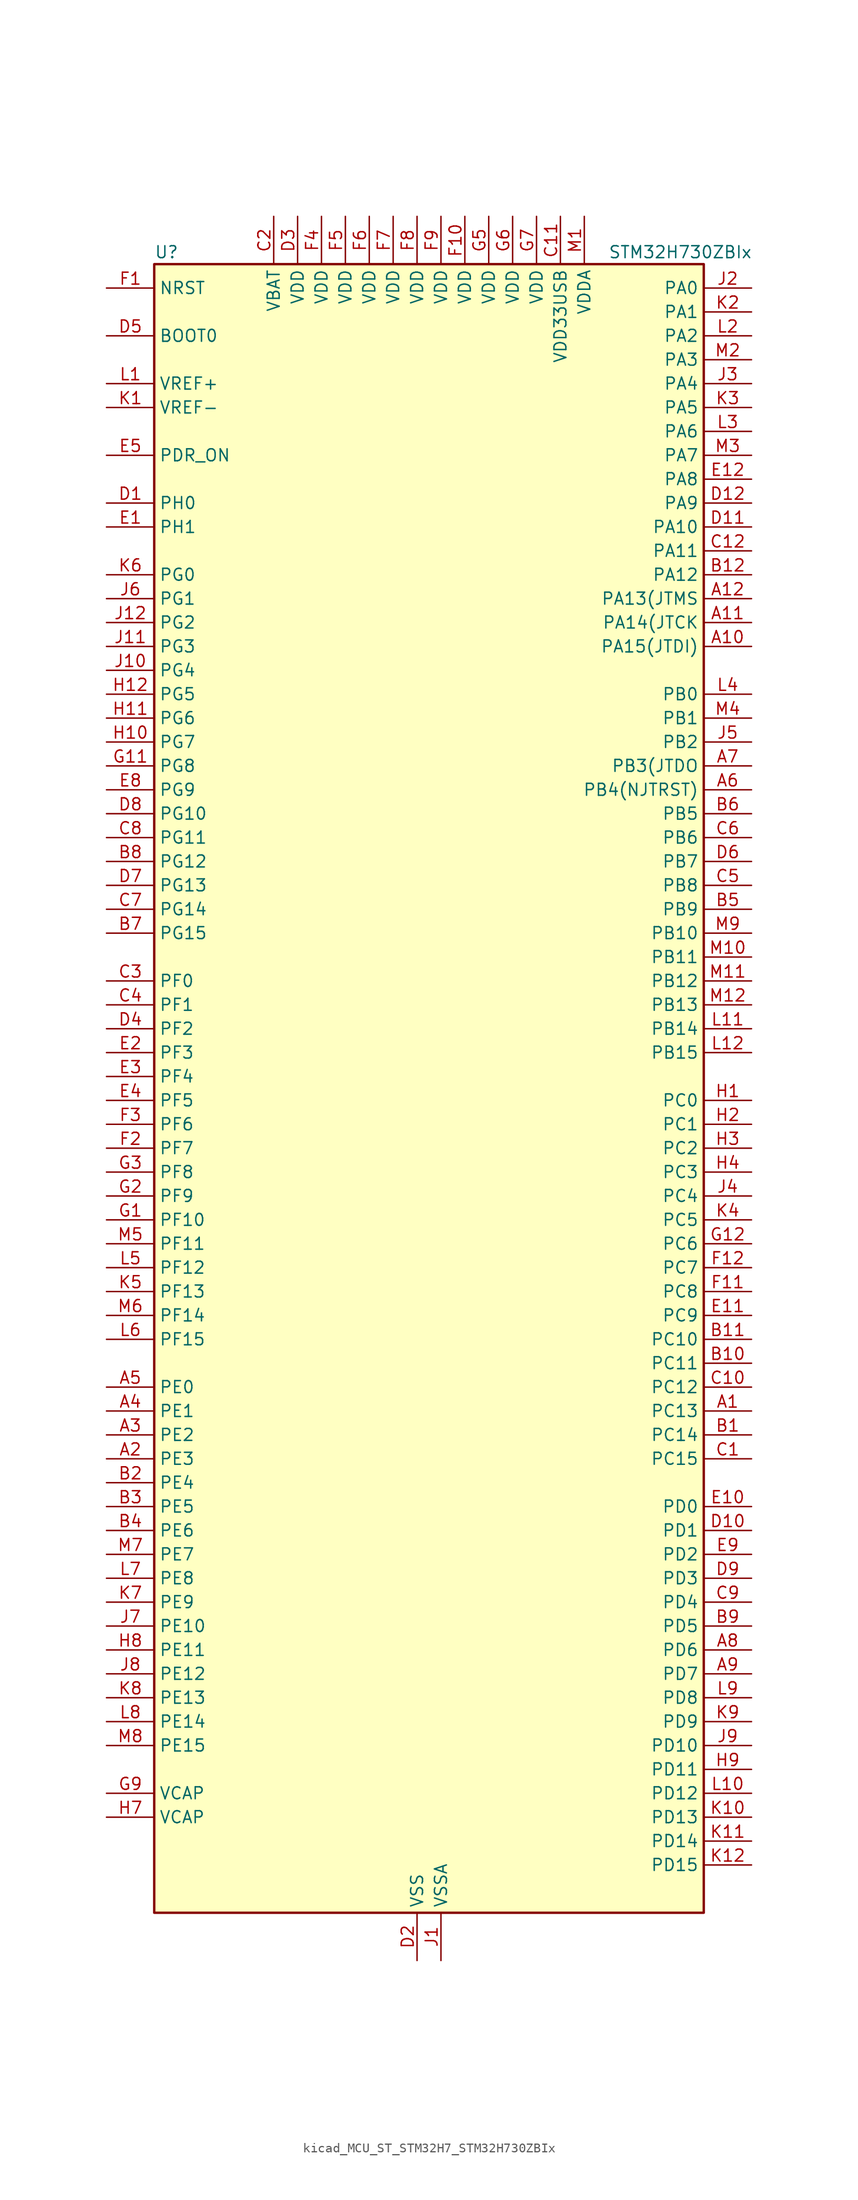
<source format=kicad_sym>
(kicad_symbol_lib
  (version 20220914)
  (generator kicad_symbol_editor)
  (symbol "kicad_MCU_ST_STM32H7_STM32H730ZBIx"
    (property "Reference" "U"
      (at -27.94 90.17 0)
      (effects (font (size 1.27 1.27)) (justify left)))
    (property "Value" "STM32H730ZBIx"
      (at 20.32 90.17 0)
      (effects (font (size 1.27 1.27)) (justify left)))
    (property "ki_locked" ""
      (at 0 0 0)
      (effects (font (size 1.27 1.27))))
    (symbol "kicad_MCU_ST_STM32H7_STM32H730ZBIx_0_1"
      (rectangle (start -27.94 -86.36) (end 30.48 88.9) (stroke (width 0.254) (type default)) (fill (type background))))
    (symbol "kicad_MCU_ST_STM32H7_STM32H730ZBIx_1_1"
      (pin bidirectional line (at 35.56 -33.02 180) (length 5.08) (name "PC13" (effects (font (size 1.27 1.27)))) (number "A1" (effects (font (size 1.27 1.27)))) (alternate "PWR_WKUP4" bidirectional line) (alternate "RTC_OUT_ALARM" bidirectional line) (alternate "RTC_OUT_CALIB" bidirectional line) (alternate "RTC_TAMP1" bidirectional line) (alternate "RTC_TS" bidirectional line))
      (pin bidirectional line (at 35.56 48.26 180) (length 5.08) (name "PA15(JTDI)" (effects (font (size 1.27 1.27)))) (number "A10" (effects (font (size 1.27 1.27)))) (alternate "ADC1_EXTI15" bidirectional line) (alternate "ADC2_EXTI15" bidirectional line) (alternate "ADC3_EXTI15" bidirectional line) (alternate "CEC" bidirectional line) (alternate "DEBUG_JTDI" bidirectional line) (alternate "I2S1_WS" bidirectional line) (alternate "I2S3_WS" bidirectional line) (alternate "I2S6_WS" bidirectional line) (alternate "LTDC_B6" bidirectional line) (alternate "LTDC_R3" bidirectional line) (alternate "SPI1_NSS" bidirectional line) (alternate "SPI3_NSS" bidirectional line) (alternate "SPI6_NSS" bidirectional line) (alternate "TIM2_CH1" bidirectional line) (alternate "TIM2_ETR" bidirectional line) (alternate "UART4_DE" bidirectional line) (alternate "UART4_RTS" bidirectional line) (alternate "UART7_TX" bidirectional line))
      (pin bidirectional line (at 35.56 50.8 180) (length 5.08) (name "PA14(JTCK" (effects (font (size 1.27 1.27)))) (number "A11" (effects (font (size 1.27 1.27)))) (alternate "DEBUG_JTCK-SWCLK" bidirectional line))
      (pin bidirectional line (at 35.56 53.34 180) (length 5.08) (name "PA13(JTMS" (effects (font (size 1.27 1.27)))) (number "A12" (effects (font (size 1.27 1.27)))) (alternate "DEBUG_JTMS-SWDIO" bidirectional line))
      (pin bidirectional line (at -33.02 -38.1 0) (length 5.08) (name "PE3" (effects (font (size 1.27 1.27)))) (number "A2" (effects (font (size 1.27 1.27)))) (alternate "DEBUG_TRACED0" bidirectional line) (alternate "FMC_A19" bidirectional line) (alternate "SAI1_SD_B" bidirectional line) (alternate "SAI4_SD_B" bidirectional line) (alternate "TIM15_BKIN" bidirectional line) (alternate "USART10_TX" bidirectional line))
      (pin bidirectional line (at -33.02 -35.56 0) (length 5.08) (name "PE2" (effects (font (size 1.27 1.27)))) (number "A3" (effects (font (size 1.27 1.27)))) (alternate "DEBUG_TRACECLK" bidirectional line) (alternate "ETH_TXD3" bidirectional line) (alternate "FMC_A23" bidirectional line) (alternate "OCTOSPIM_P1_IO2" bidirectional line) (alternate "SAI1_CK1" bidirectional line) (alternate "SAI1_MCLK_A" bidirectional line) (alternate "SAI4_CK1" bidirectional line) (alternate "SAI4_MCLK_A" bidirectional line) (alternate "SPI4_SCK" bidirectional line) (alternate "USART10_RX" bidirectional line))
      (pin bidirectional line (at -33.02 -33.02 0) (length 5.08) (name "PE1" (effects (font (size 1.27 1.27)))) (number "A4" (effects (font (size 1.27 1.27)))) (alternate "DCMI_D3" bidirectional line) (alternate "FMC_NBL1" bidirectional line) (alternate "LPTIM1_IN2" bidirectional line) (alternate "LTDC_R6" bidirectional line) (alternate "PSSI_D3" bidirectional line) (alternate "UART8_TX" bidirectional line))
      (pin bidirectional line (at -33.02 -30.48 0) (length 5.08) (name "PE0" (effects (font (size 1.27 1.27)))) (number "A5" (effects (font (size 1.27 1.27)))) (alternate "DCMI_D2" bidirectional line) (alternate "FMC_NBL0" bidirectional line) (alternate "LPTIM1_ETR" bidirectional line) (alternate "LPTIM2_ETR" bidirectional line) (alternate "LTDC_R0" bidirectional line) (alternate "PSSI_D2" bidirectional line) (alternate "SAI4_MCLK_A" bidirectional line) (alternate "TIM4_ETR" bidirectional line) (alternate "UART8_RX" bidirectional line))
      (pin bidirectional line (at 35.56 33.02 180) (length 5.08) (name "PB4(NJTRST)" (effects (font (size 1.27 1.27)))) (number "A6" (effects (font (size 1.27 1.27)))) (alternate "DEBUG_JTRST" bidirectional line) (alternate "I2S1_SDI" bidirectional line) (alternate "I2S2_WS" bidirectional line) (alternate "I2S3_SDI" bidirectional line) (alternate "I2S6_SDI" bidirectional line) (alternate "SDMMC2_D3" bidirectional line) (alternate "SPI1_MISO" bidirectional line) (alternate "SPI2_NSS" bidirectional line) (alternate "SPI3_MISO" bidirectional line) (alternate "SPI6_MISO" bidirectional line) (alternate "TIM16_BKIN" bidirectional line) (alternate "TIM3_CH1" bidirectional line) (alternate "UART7_TX" bidirectional line))
      (pin bidirectional line (at 35.56 35.56 180) (length 5.08) (name "PB3(JTDO" (effects (font (size 1.27 1.27)))) (number "A7" (effects (font (size 1.27 1.27)))) (alternate "CRS_SYNC" bidirectional line) (alternate "DEBUG_JTDO-SWO" bidirectional line) (alternate "I2S1_CK" bidirectional line) (alternate "I2S3_CK" bidirectional line) (alternate "I2S6_CK" bidirectional line) (alternate "SDMMC2_D2" bidirectional line) (alternate "SPI1_SCK" bidirectional line) (alternate "SPI3_SCK" bidirectional line) (alternate "SPI6_SCK" bidirectional line) (alternate "TIM24_ETR" bidirectional line) (alternate "TIM2_CH2" bidirectional line) (alternate "UART7_RX" bidirectional line))
      (pin bidirectional line (at 35.56 -58.42 180) (length 5.08) (name "PD6" (effects (font (size 1.27 1.27)))) (number "A8" (effects (font (size 1.27 1.27)))) (alternate "DCMI_D10" bidirectional line) (alternate "DFSDM1_CKIN4" bidirectional line) (alternate "DFSDM1_DATIN1" bidirectional line) (alternate "FMC_NWAIT" bidirectional line) (alternate "I2S3_SDO" bidirectional line) (alternate "LTDC_B2" bidirectional line) (alternate "OCTOSPIM_P1_IO6" bidirectional line) (alternate "PSSI_D10" bidirectional line) (alternate "SAI1_D1" bidirectional line) (alternate "SAI1_SD_A" bidirectional line) (alternate "SAI4_D1" bidirectional line) (alternate "SAI4_SD_A" bidirectional line) (alternate "SDMMC2_CK" bidirectional line) (alternate "SPI3_MOSI" bidirectional line) (alternate "USART2_RX" bidirectional line))
      (pin bidirectional line (at 35.56 -60.96 180) (length 5.08) (name "PD7" (effects (font (size 1.27 1.27)))) (number "A9" (effects (font (size 1.27 1.27)))) (alternate "DFSDM1_CKIN1" bidirectional line) (alternate "DFSDM1_DATIN4" bidirectional line) (alternate "FMC_NE1" bidirectional line) (alternate "I2S1_SDO" bidirectional line) (alternate "OCTOSPIM_P1_IO7" bidirectional line) (alternate "SDMMC2_CMD" bidirectional line) (alternate "SPDIFRX1_IN0" bidirectional line) (alternate "SPI1_MOSI" bidirectional line) (alternate "USART2_CK" bidirectional line))
      (pin bidirectional line (at 35.56 -35.56 180) (length 5.08) (name "PC14" (effects (font (size 1.27 1.27)))) (number "B1" (effects (font (size 1.27 1.27)))) (alternate "RCC_OSC32_IN" bidirectional line))
      (pin bidirectional line (at 35.56 -27.94 180) (length 5.08) (name "PC11" (effects (font (size 1.27 1.27)))) (number "B10" (effects (font (size 1.27 1.27)))) (alternate "ADC1_EXTI11" bidirectional line) (alternate "ADC2_EXTI11" bidirectional line) (alternate "ADC3_EXTI11" bidirectional line) (alternate "DCMI_D4" bidirectional line) (alternate "DFSDM1_DATIN5" bidirectional line) (alternate "I2C5_SCL" bidirectional line) (alternate "I2S3_SDI" bidirectional line) (alternate "LTDC_B4" bidirectional line) (alternate "OCTOSPIM_P1_NCS" bidirectional line) (alternate "PSSI_D4" bidirectional line) (alternate "SDMMC1_D3" bidirectional line) (alternate "SPI3_MISO" bidirectional line) (alternate "UART4_RX" bidirectional line) (alternate "USART3_RX" bidirectional line))
      (pin bidirectional line (at 35.56 -25.4 180) (length 5.08) (name "PC10" (effects (font (size 1.27 1.27)))) (number "B11" (effects (font (size 1.27 1.27)))) (alternate "DCMI_D8" bidirectional line) (alternate "DFSDM1_CKIN5" bidirectional line) (alternate "I2C5_SDA" bidirectional line) (alternate "I2S3_CK" bidirectional line) (alternate "LTDC_B1" bidirectional line) (alternate "LTDC_R2" bidirectional line) (alternate "OCTOSPIM_P1_IO1" bidirectional line) (alternate "PSSI_D8" bidirectional line) (alternate "SDMMC1_D2" bidirectional line) (alternate "SPI3_SCK" bidirectional line) (alternate "SWPMI1_RX" bidirectional line) (alternate "UART4_TX" bidirectional line) (alternate "USART3_TX" bidirectional line))
      (pin bidirectional line (at 35.56 55.88 180) (length 5.08) (name "PA12" (effects (font (size 1.27 1.27)))) (number "B12" (effects (font (size 1.27 1.27)))) (alternate "FDCAN1_TX" bidirectional line) (alternate "I2S2_CK" bidirectional line) (alternate "LPUART1_DE" bidirectional line) (alternate "LPUART1_RTS" bidirectional line) (alternate "LTDC_R5" bidirectional line) (alternate "SAI4_FS_B" bidirectional line) (alternate "SPI2_SCK" bidirectional line) (alternate "TIM1_BKIN2" bidirectional line) (alternate "TIM1_ETR" bidirectional line) (alternate "UART4_TX" bidirectional line) (alternate "USART1_DE" bidirectional line) (alternate "USART1_RTS" bidirectional line) (alternate "USB_OTG_HS_DP" bidirectional line))
      (pin bidirectional line (at -33.02 -40.64 0) (length 5.08) (name "PE4" (effects (font (size 1.27 1.27)))) (number "B2" (effects (font (size 1.27 1.27)))) (alternate "DCMI_D4" bidirectional line) (alternate "DEBUG_TRACED1" bidirectional line) (alternate "DFSDM1_DATIN3" bidirectional line) (alternate "FMC_A20" bidirectional line) (alternate "LTDC_B0" bidirectional line) (alternate "PSSI_D4" bidirectional line) (alternate "SAI1_D2" bidirectional line) (alternate "SAI1_FS_A" bidirectional line) (alternate "SAI4_D2" bidirectional line) (alternate "SAI4_FS_A" bidirectional line) (alternate "SPI4_NSS" bidirectional line) (alternate "TIM15_CH1N" bidirectional line))
      (pin bidirectional line (at -33.02 -43.18 0) (length 5.08) (name "PE5" (effects (font (size 1.27 1.27)))) (number "B3" (effects (font (size 1.27 1.27)))) (alternate "DCMI_D6" bidirectional line) (alternate "DEBUG_TRACED2" bidirectional line) (alternate "DFSDM1_CKIN3" bidirectional line) (alternate "FMC_A21" bidirectional line) (alternate "LTDC_G0" bidirectional line) (alternate "PSSI_D6" bidirectional line) (alternate "SAI1_CK2" bidirectional line) (alternate "SAI1_SCK_A" bidirectional line) (alternate "SAI4_CK2" bidirectional line) (alternate "SAI4_SCK_A" bidirectional line) (alternate "SPI4_MISO" bidirectional line) (alternate "TIM15_CH1" bidirectional line))
      (pin bidirectional line (at -33.02 -45.72 0) (length 5.08) (name "PE6" (effects (font (size 1.27 1.27)))) (number "B4" (effects (font (size 1.27 1.27)))) (alternate "DCMI_D7" bidirectional line) (alternate "DEBUG_TRACED3" bidirectional line) (alternate "FMC_A22" bidirectional line) (alternate "LTDC_G1" bidirectional line) (alternate "PSSI_D7" bidirectional line) (alternate "SAI1_D1" bidirectional line) (alternate "SAI1_SD_A" bidirectional line) (alternate "SAI4_D1" bidirectional line) (alternate "SAI4_MCLK_B" bidirectional line) (alternate "SAI4_SD_A" bidirectional line) (alternate "SPI4_MOSI" bidirectional line) (alternate "TIM15_CH2" bidirectional line) (alternate "TIM1_BKIN2" bidirectional line) (alternate "TIM1_BKIN2_COMP1" bidirectional line) (alternate "TIM1_BKIN2_COMP2" bidirectional line))
      (pin bidirectional line (at 35.56 20.32 180) (length 5.08) (name "PB9" (effects (font (size 1.27 1.27)))) (number "B5" (effects (font (size 1.27 1.27)))) (alternate "DAC1_EXTI9" bidirectional line) (alternate "DCMI_D7" bidirectional line) (alternate "DFSDM1_DATIN7" bidirectional line) (alternate "FDCAN1_TX" bidirectional line) (alternate "I2C1_SDA" bidirectional line) (alternate "I2C4_SDA" bidirectional line) (alternate "I2C4_SMBA" bidirectional line) (alternate "I2S2_WS" bidirectional line) (alternate "LTDC_B7" bidirectional line) (alternate "PSSI_D7" bidirectional line) (alternate "SDMMC1_CDIR" bidirectional line) (alternate "SDMMC1_D5" bidirectional line) (alternate "SDMMC2_D5" bidirectional line) (alternate "SPI2_NSS" bidirectional line) (alternate "TIM17_CH1" bidirectional line) (alternate "TIM4_CH4" bidirectional line) (alternate "UART4_TX" bidirectional line))
      (pin bidirectional line (at 35.56 30.48 180) (length 5.08) (name "PB5" (effects (font (size 1.27 1.27)))) (number "B6" (effects (font (size 1.27 1.27)))) (alternate "DCMI_D10" bidirectional line) (alternate "ETH_PPS_OUT" bidirectional line) (alternate "FDCAN2_RX" bidirectional line) (alternate "FMC_SDCKE1" bidirectional line) (alternate "I2C1_SMBA" bidirectional line) (alternate "I2C4_SMBA" bidirectional line) (alternate "I2S1_SDO" bidirectional line) (alternate "I2S3_SDO" bidirectional line) (alternate "I2S6_SDO" bidirectional line) (alternate "LTDC_B5" bidirectional line) (alternate "PSSI_D10" bidirectional line) (alternate "SPI1_MOSI" bidirectional line) (alternate "SPI3_MOSI" bidirectional line) (alternate "SPI6_MOSI" bidirectional line) (alternate "TIM17_BKIN" bidirectional line) (alternate "TIM3_CH2" bidirectional line) (alternate "UART5_RX" bidirectional line) (alternate "USB_OTG_HS_ULPI_D7" bidirectional line))
      (pin bidirectional line (at -33.02 17.78 0) (length 5.08) (name "PG15" (effects (font (size 1.27 1.27)))) (number "B7" (effects (font (size 1.27 1.27)))) (alternate "ADC1_EXTI15" bidirectional line) (alternate "ADC2_EXTI15" bidirectional line) (alternate "ADC3_EXTI15" bidirectional line) (alternate "DCMI_D13" bidirectional line) (alternate "FMC_SDNCAS" bidirectional line) (alternate "OCTOSPIM_P2_DQS" bidirectional line) (alternate "PSSI_D13" bidirectional line) (alternate "USART10_CK" bidirectional line) (alternate "USART6_CTS" bidirectional line) (alternate "USART6_NSS" bidirectional line))
      (pin bidirectional line (at -33.02 25.4 0) (length 5.08) (name "PG12" (effects (font (size 1.27 1.27)))) (number "B8" (effects (font (size 1.27 1.27)))) (alternate "ETH_TXD1" bidirectional line) (alternate "FMC_NE4" bidirectional line) (alternate "I2S6_SDI" bidirectional line) (alternate "LPTIM1_IN1" bidirectional line) (alternate "LTDC_B1" bidirectional line) (alternate "LTDC_B4" bidirectional line) (alternate "OCTOSPIM_P2_NCS" bidirectional line) (alternate "SDMMC2_D3" bidirectional line) (alternate "SPDIFRX1_IN1" bidirectional line) (alternate "SPI6_MISO" bidirectional line) (alternate "TIM23_CH1" bidirectional line) (alternate "USART10_TX" bidirectional line) (alternate "USART6_DE" bidirectional line) (alternate "USART6_RTS" bidirectional line))
      (pin bidirectional line (at 35.56 -55.88 180) (length 5.08) (name "PD5" (effects (font (size 1.27 1.27)))) (number "B9" (effects (font (size 1.27 1.27)))) (alternate "FMC_NWE" bidirectional line) (alternate "OCTOSPIM_P1_IO5" bidirectional line) (alternate "USART2_TX" bidirectional line))
      (pin bidirectional line (at 35.56 -38.1 180) (length 5.08) (name "PC15" (effects (font (size 1.27 1.27)))) (number "C1" (effects (font (size 1.27 1.27)))) (alternate "ADC1_EXTI15" bidirectional line) (alternate "ADC2_EXTI15" bidirectional line) (alternate "ADC3_EXTI15" bidirectional line) (alternate "RCC_OSC32_OUT" bidirectional line))
      (pin bidirectional line (at 35.56 -30.48 180) (length 5.08) (name "PC12" (effects (font (size 1.27 1.27)))) (number "C10" (effects (font (size 1.27 1.27)))) (alternate "DCMI_D9" bidirectional line) (alternate "DEBUG_TRACED3" bidirectional line) (alternate "FMC_D6" bidirectional line) (alternate "FMC_DA6" bidirectional line) (alternate "I2C5_SMBA" bidirectional line) (alternate "I2S3_SDO" bidirectional line) (alternate "I2S6_CK" bidirectional line) (alternate "LTDC_R6" bidirectional line) (alternate "PSSI_D9" bidirectional line) (alternate "SDMMC1_CK" bidirectional line) (alternate "SPI3_MOSI" bidirectional line) (alternate "SPI6_SCK" bidirectional line) (alternate "TIM15_CH1" bidirectional line) (alternate "UART5_TX" bidirectional line) (alternate "USART3_CK" bidirectional line))
      (pin power_in line (at 15.24 93.98 270) (length 5.08) (name "VDD33USB" (effects (font (size 1.27 1.27)))) (number "C11" (effects (font (size 1.27 1.27)))))
      (pin bidirectional line (at 35.56 58.42 180) (length 5.08) (name "PA11" (effects (font (size 1.27 1.27)))) (number "C12" (effects (font (size 1.27 1.27)))) (alternate "ADC1_EXTI11" bidirectional line) (alternate "ADC2_EXTI11" bidirectional line) (alternate "ADC3_EXTI11" bidirectional line) (alternate "FDCAN1_RX" bidirectional line) (alternate "I2S2_WS" bidirectional line) (alternate "LPUART1_CTS" bidirectional line) (alternate "LTDC_R4" bidirectional line) (alternate "SPI2_NSS" bidirectional line) (alternate "TIM1_CH4" bidirectional line) (alternate "UART4_RX" bidirectional line) (alternate "USART1_CTS" bidirectional line) (alternate "USART1_NSS" bidirectional line) (alternate "USB_OTG_HS_DM" bidirectional line))
      (pin power_in line (at -15.24 93.98 270) (length 5.08) (name "VBAT" (effects (font (size 1.27 1.27)))) (number "C2" (effects (font (size 1.27 1.27)))))
      (pin bidirectional line (at -33.02 12.7 0) (length 5.08) (name "PF0" (effects (font (size 1.27 1.27)))) (number "C3" (effects (font (size 1.27 1.27)))) (alternate "FMC_A0" bidirectional line) (alternate "I2C2_SDA" bidirectional line) (alternate "I2C5_SDA" bidirectional line) (alternate "OCTOSPIM_P2_IO0" bidirectional line) (alternate "TIM23_CH1" bidirectional line))
      (pin bidirectional line (at -33.02 10.16 0) (length 5.08) (name "PF1" (effects (font (size 1.27 1.27)))) (number "C4" (effects (font (size 1.27 1.27)))) (alternate "FMC_A1" bidirectional line) (alternate "I2C2_SCL" bidirectional line) (alternate "I2C5_SCL" bidirectional line) (alternate "OCTOSPIM_P2_IO1" bidirectional line) (alternate "TIM23_CH2" bidirectional line))
      (pin bidirectional line (at 35.56 22.86 180) (length 5.08) (name "PB8" (effects (font (size 1.27 1.27)))) (number "C5" (effects (font (size 1.27 1.27)))) (alternate "DCMI_D6" bidirectional line) (alternate "DFSDM1_CKIN7" bidirectional line) (alternate "ETH_TXD3" bidirectional line) (alternate "FDCAN1_RX" bidirectional line) (alternate "I2C1_SCL" bidirectional line) (alternate "I2C4_SCL" bidirectional line) (alternate "LTDC_B6" bidirectional line) (alternate "PSSI_D6" bidirectional line) (alternate "SDMMC1_CKIN" bidirectional line) (alternate "SDMMC1_D4" bidirectional line) (alternate "SDMMC2_D4" bidirectional line) (alternate "TIM16_CH1" bidirectional line) (alternate "TIM4_CH3" bidirectional line) (alternate "UART4_RX" bidirectional line))
      (pin bidirectional line (at 35.56 27.94 180) (length 5.08) (name "PB6" (effects (font (size 1.27 1.27)))) (number "C6" (effects (font (size 1.27 1.27)))) (alternate "CEC" bidirectional line) (alternate "DCMI_D5" bidirectional line) (alternate "DFSDM1_DATIN5" bidirectional line) (alternate "FDCAN2_TX" bidirectional line) (alternate "FMC_SDNE1" bidirectional line) (alternate "I2C1_SCL" bidirectional line) (alternate "I2C4_SCL" bidirectional line) (alternate "LPUART1_TX" bidirectional line) (alternate "OCTOSPIM_P1_NCS" bidirectional line) (alternate "PSSI_D5" bidirectional line) (alternate "TIM16_CH1N" bidirectional line) (alternate "TIM4_CH1" bidirectional line) (alternate "UART5_TX" bidirectional line) (alternate "USART1_TX" bidirectional line))
      (pin bidirectional line (at -33.02 20.32 0) (length 5.08) (name "PG14" (effects (font (size 1.27 1.27)))) (number "C7" (effects (font (size 1.27 1.27)))) (alternate "DEBUG_TRACED1" bidirectional line) (alternate "ETH_TXD1" bidirectional line) (alternate "FMC_A25" bidirectional line) (alternate "I2S6_SDO" bidirectional line) (alternate "LPTIM1_ETR" bidirectional line) (alternate "LTDC_B0" bidirectional line) (alternate "OCTOSPIM_P1_IO7" bidirectional line) (alternate "SDMMC2_D7" bidirectional line) (alternate "SPI6_MOSI" bidirectional line) (alternate "TIM23_CH3" bidirectional line) (alternate "USART10_DE" bidirectional line) (alternate "USART10_RTS" bidirectional line) (alternate "USART6_TX" bidirectional line))
      (pin bidirectional line (at -33.02 27.94 0) (length 5.08) (name "PG11" (effects (font (size 1.27 1.27)))) (number "C8" (effects (font (size 1.27 1.27)))) (alternate "ADC1_EXTI11" bidirectional line) (alternate "ADC2_EXTI11" bidirectional line) (alternate "ADC3_EXTI11" bidirectional line) (alternate "DCMI_D3" bidirectional line) (alternate "ETH_TX_EN" bidirectional line) (alternate "I2S1_CK" bidirectional line) (alternate "LPTIM1_IN2" bidirectional line) (alternate "LTDC_B3" bidirectional line) (alternate "OCTOSPIM_P2_IO7" bidirectional line) (alternate "PSSI_D3" bidirectional line) (alternate "SDMMC2_D2" bidirectional line) (alternate "SPDIFRX1_IN0" bidirectional line) (alternate "SPI1_SCK" bidirectional line) (alternate "USART10_RX" bidirectional line))
      (pin bidirectional line (at 35.56 -53.34 180) (length 5.08) (name "PD4" (effects (font (size 1.27 1.27)))) (number "C9" (effects (font (size 1.27 1.27)))) (alternate "FMC_NOE" bidirectional line) (alternate "OCTOSPIM_P1_IO4" bidirectional line) (alternate "USART2_DE" bidirectional line) (alternate "USART2_RTS" bidirectional line))
      (pin bidirectional line (at -33.02 63.5 0) (length 5.08) (name "PH0" (effects (font (size 1.27 1.27)))) (number "D1" (effects (font (size 1.27 1.27)))) (alternate "RCC_OSC_IN" bidirectional line))
      (pin bidirectional line (at 35.56 -45.72 180) (length 5.08) (name "PD1" (effects (font (size 1.27 1.27)))) (number "D10" (effects (font (size 1.27 1.27)))) (alternate "DFSDM1_DATIN6" bidirectional line) (alternate "FDCAN1_TX" bidirectional line) (alternate "FMC_D3" bidirectional line) (alternate "FMC_DA3" bidirectional line) (alternate "UART4_TX" bidirectional line))
      (pin bidirectional line (at 35.56 60.96 180) (length 5.08) (name "PA10" (effects (font (size 1.27 1.27)))) (number "D11" (effects (font (size 1.27 1.27)))) (alternate "DCMI_D1" bidirectional line) (alternate "LPUART1_RX" bidirectional line) (alternate "LTDC_B1" bidirectional line) (alternate "LTDC_B4" bidirectional line) (alternate "MDIOS_MDIO" bidirectional line) (alternate "PSSI_D1" bidirectional line) (alternate "TIM1_CH3" bidirectional line) (alternate "USART1_RX" bidirectional line) (alternate "USB_OTG_HS_ID" bidirectional line))
      (pin bidirectional line (at 35.56 63.5 180) (length 5.08) (name "PA9" (effects (font (size 1.27 1.27)))) (number "D12" (effects (font (size 1.27 1.27)))) (alternate "DAC1_EXTI9" bidirectional line) (alternate "DCMI_D0" bidirectional line) (alternate "ETH_TX_ER" bidirectional line) (alternate "I2C3_SMBA" bidirectional line) (alternate "I2C5_SMBA" bidirectional line) (alternate "I2S2_CK" bidirectional line) (alternate "LPUART1_TX" bidirectional line) (alternate "LTDC_R5" bidirectional line) (alternate "PSSI_D0" bidirectional line) (alternate "SPI2_SCK" bidirectional line) (alternate "TIM1_CH2" bidirectional line) (alternate "USART1_TX" bidirectional line) (alternate "USB_OTG_HS_VBUS" bidirectional line))
      (pin power_in line (at 0 -91.44 90) (length 5.08) (name "VSS" (effects (font (size 1.27 1.27)))) (number "D2" (effects (font (size 1.27 1.27)))))
      (pin power_in line (at -12.7 93.98 270) (length 5.08) (name "VDD" (effects (font (size 1.27 1.27)))) (number "D3" (effects (font (size 1.27 1.27)))))
      (pin bidirectional line (at -33.02 7.62 0) (length 5.08) (name "PF2" (effects (font (size 1.27 1.27)))) (number "D4" (effects (font (size 1.27 1.27)))) (alternate "FMC_A2" bidirectional line) (alternate "I2C2_SMBA" bidirectional line) (alternate "I2C5_SMBA" bidirectional line) (alternate "OCTOSPIM_P2_IO2" bidirectional line) (alternate "TIM23_CH3" bidirectional line))
      (pin input line (at -33.02 81.28 0) (length 5.08) (name "BOOT0" (effects (font (size 1.27 1.27)))) (number "D5" (effects (font (size 1.27 1.27)))))
      (pin bidirectional line (at 35.56 25.4 180) (length 5.08) (name "PB7" (effects (font (size 1.27 1.27)))) (number "D6" (effects (font (size 1.27 1.27)))) (alternate "DCMI_VSYNC" bidirectional line) (alternate "DFSDM1_CKIN5" bidirectional line) (alternate "FMC_NL" bidirectional line) (alternate "I2C1_SDA" bidirectional line) (alternate "I2C4_SDA" bidirectional line) (alternate "LPUART1_RX" bidirectional line) (alternate "PSSI_RDY" bidirectional line) (alternate "PWR_PVD_IN" bidirectional line) (alternate "TIM17_CH1N" bidirectional line) (alternate "TIM4_CH2" bidirectional line) (alternate "USART1_RX" bidirectional line))
      (pin bidirectional line (at -33.02 22.86 0) (length 5.08) (name "PG13" (effects (font (size 1.27 1.27)))) (number "D7" (effects (font (size 1.27 1.27)))) (alternate "DEBUG_TRACED0" bidirectional line) (alternate "ETH_TXD0" bidirectional line) (alternate "FMC_A24" bidirectional line) (alternate "I2S6_CK" bidirectional line) (alternate "LPTIM1_OUT" bidirectional line) (alternate "LTDC_R0" bidirectional line) (alternate "SDMMC2_D6" bidirectional line) (alternate "SPI6_SCK" bidirectional line) (alternate "TIM23_CH2" bidirectional line) (alternate "USART10_CTS" bidirectional line) (alternate "USART10_NSS" bidirectional line) (alternate "USART6_CTS" bidirectional line) (alternate "USART6_NSS" bidirectional line))
      (pin bidirectional line (at -33.02 30.48 0) (length 5.08) (name "PG10" (effects (font (size 1.27 1.27)))) (number "D8" (effects (font (size 1.27 1.27)))) (alternate "DCMI_D2" bidirectional line) (alternate "FDCAN3_RX" bidirectional line) (alternate "FMC_NE3" bidirectional line) (alternate "I2S1_WS" bidirectional line) (alternate "LTDC_B2" bidirectional line) (alternate "LTDC_G3" bidirectional line) (alternate "OCTOSPIM_P2_IO6" bidirectional line) (alternate "PSSI_D2" bidirectional line) (alternate "SAI4_SD_B" bidirectional line) (alternate "SDMMC2_D1" bidirectional line) (alternate "SPI1_NSS" bidirectional line))
      (pin bidirectional line (at 35.56 -50.8 180) (length 5.08) (name "PD3" (effects (font (size 1.27 1.27)))) (number "D9" (effects (font (size 1.27 1.27)))) (alternate "DCMI_D5" bidirectional line) (alternate "DFSDM1_CKOUT" bidirectional line) (alternate "FMC_CLK" bidirectional line) (alternate "I2S2_CK" bidirectional line) (alternate "LTDC_G7" bidirectional line) (alternate "PSSI_D5" bidirectional line) (alternate "SPI2_SCK" bidirectional line) (alternate "USART2_CTS" bidirectional line) (alternate "USART2_NSS" bidirectional line))
      (pin bidirectional line (at -33.02 60.96 0) (length 5.08) (name "PH1" (effects (font (size 1.27 1.27)))) (number "E1" (effects (font (size 1.27 1.27)))) (alternate "RCC_OSC_OUT" bidirectional line))
      (pin bidirectional line (at 35.56 -43.18 180) (length 5.08) (name "PD0" (effects (font (size 1.27 1.27)))) (number "E10" (effects (font (size 1.27 1.27)))) (alternate "DFSDM1_CKIN6" bidirectional line) (alternate "FDCAN1_RX" bidirectional line) (alternate "FMC_D2" bidirectional line) (alternate "FMC_DA2" bidirectional line) (alternate "LTDC_B1" bidirectional line) (alternate "UART4_RX" bidirectional line) (alternate "UART9_CTS" bidirectional line))
      (pin bidirectional line (at 35.56 -22.86 180) (length 5.08) (name "PC9" (effects (font (size 1.27 1.27)))) (number "E11" (effects (font (size 1.27 1.27)))) (alternate "DAC1_EXTI9" bidirectional line) (alternate "DCMI_D3" bidirectional line) (alternate "I2C3_SDA" bidirectional line) (alternate "I2C5_SDA" bidirectional line) (alternate "I2S_CKIN" bidirectional line) (alternate "LTDC_B2" bidirectional line) (alternate "LTDC_G3" bidirectional line) (alternate "OCTOSPIM_P1_IO0" bidirectional line) (alternate "PSSI_D3" bidirectional line) (alternate "RCC_MCO_2" bidirectional line) (alternate "SDMMC1_D1" bidirectional line) (alternate "SWPMI1_SUSPEND" bidirectional line) (alternate "TIM3_CH4" bidirectional line) (alternate "TIM8_CH4" bidirectional line) (alternate "UART5_CTS" bidirectional line))
      (pin bidirectional line (at 35.56 66.04 180) (length 5.08) (name "PA8" (effects (font (size 1.27 1.27)))) (number "E12" (effects (font (size 1.27 1.27)))) (alternate "I2C3_SCL" bidirectional line) (alternate "I2C5_SCL" bidirectional line) (alternate "LTDC_B3" bidirectional line) (alternate "LTDC_R6" bidirectional line) (alternate "RCC_MCO_1" bidirectional line) (alternate "TIM1_CH1" bidirectional line) (alternate "TIM8_BKIN2" bidirectional line) (alternate "TIM8_BKIN2_COMP1" bidirectional line) (alternate "TIM8_BKIN2_COMP2" bidirectional line) (alternate "UART7_RX" bidirectional line) (alternate "USART1_CK" bidirectional line) (alternate "USB_OTG_HS_SOF" bidirectional line))
      (pin bidirectional line (at -33.02 5.08 0) (length 5.08) (name "PF3" (effects (font (size 1.27 1.27)))) (number "E2" (effects (font (size 1.27 1.27)))) (alternate "ADC3_INP5" bidirectional line) (alternate "FMC_A3" bidirectional line) (alternate "OCTOSPIM_P2_IO3" bidirectional line) (alternate "TIM23_CH4" bidirectional line))
      (pin bidirectional line (at -33.02 2.54 0) (length 5.08) (name "PF4" (effects (font (size 1.27 1.27)))) (number "E3" (effects (font (size 1.27 1.27)))) (alternate "ADC3_INN5" bidirectional line) (alternate "ADC3_INP9" bidirectional line) (alternate "FMC_A4" bidirectional line) (alternate "OCTOSPIM_P2_CLK" bidirectional line))
      (pin bidirectional line (at -33.02 0 0) (length 5.08) (name "PF5" (effects (font (size 1.27 1.27)))) (number "E4" (effects (font (size 1.27 1.27)))) (alternate "ADC3_INP4" bidirectional line) (alternate "FMC_A5" bidirectional line) (alternate "OCTOSPIM_P2_NCLK" bidirectional line))
      (pin input line (at -33.02 68.58 0) (length 5.08) (name "PDR_ON" (effects (font (size 1.27 1.27)))) (number "E5" (effects (font (size 1.27 1.27)))))
      (pin passive line (at 0 -91.44 90) (length 5.08) hide (name "VSS" (effects (font (size 1.27 1.27)))) (number "E6" (effects (font (size 1.27 1.27)))))
      (pin passive line (at 0 -91.44 90) (length 5.08) hide (name "VSS" (effects (font (size 1.27 1.27)))) (number "E7" (effects (font (size 1.27 1.27)))))
      (pin bidirectional line (at -33.02 33.02 0) (length 5.08) (name "PG9" (effects (font (size 1.27 1.27)))) (number "E8" (effects (font (size 1.27 1.27)))) (alternate "DAC1_EXTI9" bidirectional line) (alternate "DCMI_VSYNC" bidirectional line) (alternate "FDCAN3_TX" bidirectional line) (alternate "FMC_NCE" bidirectional line) (alternate "FMC_NE2" bidirectional line) (alternate "I2S1_SDI" bidirectional line) (alternate "OCTOSPIM_P1_IO6" bidirectional line) (alternate "PSSI_RDY" bidirectional line) (alternate "SAI4_FS_B" bidirectional line) (alternate "SDMMC2_D0" bidirectional line) (alternate "SPDIFRX1_IN3" bidirectional line) (alternate "SPI1_MISO" bidirectional line) (alternate "USART6_RX" bidirectional line))
      (pin bidirectional line (at 35.56 -48.26 180) (length 5.08) (name "PD2" (effects (font (size 1.27 1.27)))) (number "E9" (effects (font (size 1.27 1.27)))) (alternate "DCMI_D11" bidirectional line) (alternate "DEBUG_TRACED2" bidirectional line) (alternate "FMC_D7" bidirectional line) (alternate "FMC_DA7" bidirectional line) (alternate "LTDC_B2" bidirectional line) (alternate "LTDC_B7" bidirectional line) (alternate "PSSI_D11" bidirectional line) (alternate "SDMMC1_CMD" bidirectional line) (alternate "TIM15_BKIN" bidirectional line) (alternate "TIM3_ETR" bidirectional line) (alternate "UART5_RX" bidirectional line))
      (pin input line (at -33.02 86.36 0) (length 5.08) (name "NRST" (effects (font (size 1.27 1.27)))) (number "F1" (effects (font (size 1.27 1.27)))))
      (pin power_in line (at 5.08 93.98 270) (length 5.08) (name "VDD" (effects (font (size 1.27 1.27)))) (number "F10" (effects (font (size 1.27 1.27)))))
      (pin bidirectional line (at 35.56 -20.32 180) (length 5.08) (name "PC8" (effects (font (size 1.27 1.27)))) (number "F11" (effects (font (size 1.27 1.27)))) (alternate "DCMI_D2" bidirectional line) (alternate "DEBUG_TRACED1" bidirectional line) (alternate "FMC_INT" bidirectional line) (alternate "FMC_NCE" bidirectional line) (alternate "FMC_NE2" bidirectional line) (alternate "PSSI_D2" bidirectional line) (alternate "SDMMC1_D0" bidirectional line) (alternate "SWPMI1_RX" bidirectional line) (alternate "TIM3_CH3" bidirectional line) (alternate "TIM8_CH3" bidirectional line) (alternate "UART5_DE" bidirectional line) (alternate "UART5_RTS" bidirectional line) (alternate "USART6_CK" bidirectional line))
      (pin bidirectional line (at 35.56 -17.78 180) (length 5.08) (name "PC7" (effects (font (size 1.27 1.27)))) (number "F12" (effects (font (size 1.27 1.27)))) (alternate "DCMI_D1" bidirectional line) (alternate "DEBUG_TRGIO" bidirectional line) (alternate "DFSDM1_DATIN3" bidirectional line) (alternate "FMC_NE1" bidirectional line) (alternate "I2S3_MCK" bidirectional line) (alternate "LTDC_G6" bidirectional line) (alternate "PSSI_D1" bidirectional line) (alternate "SDMMC1_D123DIR" bidirectional line) (alternate "SDMMC1_D7" bidirectional line) (alternate "SDMMC2_D7" bidirectional line) (alternate "SWPMI1_TX" bidirectional line) (alternate "TIM3_CH2" bidirectional line) (alternate "TIM8_CH2" bidirectional line) (alternate "USART6_RX" bidirectional line))
      (pin bidirectional line (at -33.02 -5.08 0) (length 5.08) (name "PF7" (effects (font (size 1.27 1.27)))) (number "F2" (effects (font (size 1.27 1.27)))) (alternate "ADC3_INP3" bidirectional line) (alternate "FDCAN3_TX" bidirectional line) (alternate "OCTOSPIM_P1_IO2" bidirectional line) (alternate "SAI1_MCLK_B" bidirectional line) (alternate "SAI4_MCLK_B" bidirectional line) (alternate "SPI5_SCK" bidirectional line) (alternate "TIM17_CH1" bidirectional line) (alternate "TIM23_CH2" bidirectional line) (alternate "UART7_TX" bidirectional line))
      (pin bidirectional line (at -33.02 -2.54 0) (length 5.08) (name "PF6" (effects (font (size 1.27 1.27)))) (number "F3" (effects (font (size 1.27 1.27)))) (alternate "ADC3_INN4" bidirectional line) (alternate "ADC3_INP8" bidirectional line) (alternate "FDCAN3_RX" bidirectional line) (alternate "OCTOSPIM_P1_IO3" bidirectional line) (alternate "SAI1_SD_B" bidirectional line) (alternate "SAI4_SD_B" bidirectional line) (alternate "SPI5_NSS" bidirectional line) (alternate "TIM16_CH1" bidirectional line) (alternate "TIM23_CH1" bidirectional line) (alternate "UART7_RX" bidirectional line))
      (pin power_in line (at -10.16 93.98 270) (length 5.08) (name "VDD" (effects (font (size 1.27 1.27)))) (number "F4" (effects (font (size 1.27 1.27)))))
      (pin power_in line (at -7.62 93.98 270) (length 5.08) (name "VDD" (effects (font (size 1.27 1.27)))) (number "F5" (effects (font (size 1.27 1.27)))))
      (pin power_in line (at -5.08 93.98 270) (length 5.08) (name "VDD" (effects (font (size 1.27 1.27)))) (number "F6" (effects (font (size 1.27 1.27)))))
      (pin power_in line (at -2.54 93.98 270) (length 5.08) (name "VDD" (effects (font (size 1.27 1.27)))) (number "F7" (effects (font (size 1.27 1.27)))))
      (pin power_in line (at 0 93.98 270) (length 5.08) (name "VDD" (effects (font (size 1.27 1.27)))) (number "F8" (effects (font (size 1.27 1.27)))))
      (pin power_in line (at 2.54 93.98 270) (length 5.08) (name "VDD" (effects (font (size 1.27 1.27)))) (number "F9" (effects (font (size 1.27 1.27)))))
      (pin bidirectional line (at -33.02 -12.7 0) (length 5.08) (name "PF10" (effects (font (size 1.27 1.27)))) (number "G1" (effects (font (size 1.27 1.27)))) (alternate "ADC3_INN2" bidirectional line) (alternate "ADC3_INP6" bidirectional line) (alternate "DCMI_D11" bidirectional line) (alternate "LTDC_DE" bidirectional line) (alternate "OCTOSPIM_P1_CLK" bidirectional line) (alternate "PSSI_D11" bidirectional line) (alternate "PSSI_D15" bidirectional line) (alternate "SAI1_D3" bidirectional line) (alternate "SAI4_D3" bidirectional line) (alternate "TIM16_BKIN" bidirectional line))
      (pin passive line (at 0 -91.44 90) (length 5.08) hide (name "VSS" (effects (font (size 1.27 1.27)))) (number "G10" (effects (font (size 1.27 1.27)))))
      (pin bidirectional line (at -33.02 35.56 0) (length 5.08) (name "PG8" (effects (font (size 1.27 1.27)))) (number "G11" (effects (font (size 1.27 1.27)))) (alternate "ETH_PPS_OUT" bidirectional line) (alternate "FMC_SDCLK" bidirectional line) (alternate "I2S6_WS" bidirectional line) (alternate "LTDC_G7" bidirectional line) (alternate "SPDIFRX1_IN2" bidirectional line) (alternate "SPI6_NSS" bidirectional line) (alternate "TIM8_ETR" bidirectional line) (alternate "USART6_DE" bidirectional line) (alternate "USART6_RTS" bidirectional line))
      (pin bidirectional line (at 35.56 -15.24 180) (length 5.08) (name "PC6" (effects (font (size 1.27 1.27)))) (number "G12" (effects (font (size 1.27 1.27)))) (alternate "DCMI_D0" bidirectional line) (alternate "DFSDM1_CKIN3" bidirectional line) (alternate "FMC_NWAIT" bidirectional line) (alternate "I2S2_MCK" bidirectional line) (alternate "LTDC_HSYNC" bidirectional line) (alternate "PSSI_D0" bidirectional line) (alternate "SDMMC1_D0DIR" bidirectional line) (alternate "SDMMC1_D6" bidirectional line) (alternate "SDMMC2_D6" bidirectional line) (alternate "SWPMI1_IO" bidirectional line) (alternate "TIM3_CH1" bidirectional line) (alternate "TIM8_CH1" bidirectional line) (alternate "USART6_TX" bidirectional line))
      (pin bidirectional line (at -33.02 -10.16 0) (length 5.08) (name "PF9" (effects (font (size 1.27 1.27)))) (number "G2" (effects (font (size 1.27 1.27)))) (alternate "ADC3_INP2" bidirectional line) (alternate "DAC1_EXTI9" bidirectional line) (alternate "OCTOSPIM_P1_IO1" bidirectional line) (alternate "SAI1_FS_B" bidirectional line) (alternate "SAI4_FS_B" bidirectional line) (alternate "SPI5_MOSI" bidirectional line) (alternate "TIM14_CH1" bidirectional line) (alternate "TIM17_CH1N" bidirectional line) (alternate "TIM23_CH4" bidirectional line) (alternate "UART7_CTS" bidirectional line))
      (pin bidirectional line (at -33.02 -7.62 0) (length 5.08) (name "PF8" (effects (font (size 1.27 1.27)))) (number "G3" (effects (font (size 1.27 1.27)))) (alternate "ADC3_INN3" bidirectional line) (alternate "ADC3_INP7" bidirectional line) (alternate "OCTOSPIM_P1_IO0" bidirectional line) (alternate "SAI1_SCK_B" bidirectional line) (alternate "SAI4_SCK_B" bidirectional line) (alternate "SPI5_MISO" bidirectional line) (alternate "TIM13_CH1" bidirectional line) (alternate "TIM16_CH1N" bidirectional line) (alternate "TIM23_CH3" bidirectional line) (alternate "UART7_DE" bidirectional line) (alternate "UART7_RTS" bidirectional line))
      (pin passive line (at 0 -91.44 90) (length 5.08) hide (name "VSS" (effects (font (size 1.27 1.27)))) (number "G4" (effects (font (size 1.27 1.27)))))
      (pin power_in line (at 7.62 93.98 270) (length 5.08) (name "VDD" (effects (font (size 1.27 1.27)))) (number "G5" (effects (font (size 1.27 1.27)))))
      (pin power_in line (at 10.16 93.98 270) (length 5.08) (name "VDD" (effects (font (size 1.27 1.27)))) (number "G6" (effects (font (size 1.27 1.27)))))
      (pin power_in line (at 12.7 93.98 270) (length 5.08) (name "VDD" (effects (font (size 1.27 1.27)))) (number "G7" (effects (font (size 1.27 1.27)))))
      (pin passive line (at 0 -91.44 90) (length 5.08) hide (name "VSS" (effects (font (size 1.27 1.27)))) (number "G8" (effects (font (size 1.27 1.27)))))
      (pin power_out line (at -33.02 -73.66 0) (length 5.08) (name "VCAP" (effects (font (size 1.27 1.27)))) (number "G9" (effects (font (size 1.27 1.27)))))
      (pin bidirectional line (at 35.56 0 180) (length 5.08) (name "PC0" (effects (font (size 1.27 1.27)))) (number "H1" (effects (font (size 1.27 1.27)))) (alternate "ADC1_INP10" bidirectional line) (alternate "ADC2_INP10" bidirectional line) (alternate "ADC3_INP10" bidirectional line) (alternate "DFSDM1_CKIN0" bidirectional line) (alternate "DFSDM1_DATIN4" bidirectional line) (alternate "FMC_A25" bidirectional line) (alternate "FMC_D12" bidirectional line) (alternate "FMC_DA12" bidirectional line) (alternate "FMC_SDNWE" bidirectional line) (alternate "LTDC_G2" bidirectional line) (alternate "LTDC_R5" bidirectional line) (alternate "SAI4_FS_B" bidirectional line) (alternate "USB_OTG_HS_ULPI_STP" bidirectional line))
      (pin bidirectional line (at -33.02 38.1 0) (length 5.08) (name "PG7" (effects (font (size 1.27 1.27)))) (number "H10" (effects (font (size 1.27 1.27)))) (alternate "DCMI_D13" bidirectional line) (alternate "FMC_INT" bidirectional line) (alternate "LTDC_CLK" bidirectional line) (alternate "OCTOSPIM_P2_DQS" bidirectional line) (alternate "PSSI_D13" bidirectional line) (alternate "SAI1_MCLK_A" bidirectional line) (alternate "USART6_CK" bidirectional line))
      (pin bidirectional line (at -33.02 40.64 0) (length 5.08) (name "PG6" (effects (font (size 1.27 1.27)))) (number "H11" (effects (font (size 1.27 1.27)))) (alternate "DCMI_D12" bidirectional line) (alternate "FMC_NE3" bidirectional line) (alternate "LTDC_R7" bidirectional line) (alternate "OCTOSPIM_P1_NCS" bidirectional line) (alternate "PSSI_D12" bidirectional line) (alternate "TIM17_BKIN" bidirectional line))
      (pin bidirectional line (at -33.02 43.18 0) (length 5.08) (name "PG5" (effects (font (size 1.27 1.27)))) (number "H12" (effects (font (size 1.27 1.27)))) (alternate "FMC_A15" bidirectional line) (alternate "FMC_BA1" bidirectional line) (alternate "TIM1_ETR" bidirectional line))
      (pin bidirectional line (at 35.56 -2.54 180) (length 5.08) (name "PC1" (effects (font (size 1.27 1.27)))) (number "H2" (effects (font (size 1.27 1.27)))) (alternate "ADC1_INN10" bidirectional line) (alternate "ADC1_INP11" bidirectional line) (alternate "ADC2_INN10" bidirectional line) (alternate "ADC2_INP11" bidirectional line) (alternate "ADC3_INN10" bidirectional line) (alternate "ADC3_INP11" bidirectional line) (alternate "DEBUG_TRACED0" bidirectional line) (alternate "DFSDM1_CKIN4" bidirectional line) (alternate "DFSDM1_DATIN0" bidirectional line) (alternate "ETH_MDC" bidirectional line) (alternate "I2S2_SDO" bidirectional line) (alternate "LTDC_G5" bidirectional line) (alternate "MDIOS_MDC" bidirectional line) (alternate "OCTOSPIM_P1_IO4" bidirectional line) (alternate "PWR_WKUP6" bidirectional line) (alternate "RTC_TAMP3" bidirectional line) (alternate "SAI1_D1" bidirectional line) (alternate "SAI1_SD_A" bidirectional line) (alternate "SAI4_D1" bidirectional line) (alternate "SAI4_SD_A" bidirectional line) (alternate "SDMMC2_CK" bidirectional line) (alternate "SPI2_MOSI" bidirectional line))
      (pin bidirectional line (at 35.56 -5.08 180) (length 5.08) (name "PC2" (effects (font (size 1.27 1.27)))) (number "H3" (effects (font (size 1.27 1.27)))) (alternate "ADC1_INN11" bidirectional line) (alternate "ADC1_INP12" bidirectional line) (alternate "ADC2_INN11" bidirectional line) (alternate "ADC2_INP12" bidirectional line) (alternate "ADC3_INN11" bidirectional line) (alternate "ADC3_INP12" bidirectional line) (alternate "DFSDM1_CKIN1" bidirectional line) (alternate "DFSDM1_CKOUT" bidirectional line) (alternate "ETH_TXD2" bidirectional line) (alternate "FMC_SDNE0" bidirectional line) (alternate "I2S2_SDI" bidirectional line) (alternate "OCTOSPIM_P1_IO2" bidirectional line) (alternate "OCTOSPIM_P1_IO5" bidirectional line) (alternate "PWR_CSTOP" bidirectional line) (alternate "SPI2_MISO" bidirectional line) (alternate "USB_OTG_HS_ULPI_DIR" bidirectional line))
      (pin bidirectional line (at 35.56 -7.62 180) (length 5.08) (name "PC3" (effects (font (size 1.27 1.27)))) (number "H4" (effects (font (size 1.27 1.27)))) (alternate "ADC1_INN12" bidirectional line) (alternate "ADC1_INP13" bidirectional line) (alternate "ADC2_INN12" bidirectional line) (alternate "ADC2_INP13" bidirectional line) (alternate "DFSDM1_DATIN1" bidirectional line) (alternate "ETH_TX_CLK" bidirectional line) (alternate "FMC_SDCKE0" bidirectional line) (alternate "I2S2_SDO" bidirectional line) (alternate "OCTOSPIM_P1_IO0" bidirectional line) (alternate "OCTOSPIM_P1_IO6" bidirectional line) (alternate "PWR_CSLEEP" bidirectional line) (alternate "SPI2_MOSI" bidirectional line) (alternate "USB_OTG_HS_ULPI_NXT" bidirectional line))
      (pin passive line (at 0 -91.44 90) (length 5.08) hide (name "VSS" (effects (font (size 1.27 1.27)))) (number "H5" (effects (font (size 1.27 1.27)))))
      (pin passive line (at 0 -91.44 90) (length 5.08) hide (name "VSS" (effects (font (size 1.27 1.27)))) (number "H6" (effects (font (size 1.27 1.27)))))
      (pin power_out line (at -33.02 -76.2 0) (length 5.08) (name "VCAP" (effects (font (size 1.27 1.27)))) (number "H7" (effects (font (size 1.27 1.27)))))
      (pin bidirectional line (at -33.02 -58.42 0) (length 5.08) (name "PE11" (effects (font (size 1.27 1.27)))) (number "H8" (effects (font (size 1.27 1.27)))) (alternate "ADC1_EXTI11" bidirectional line) (alternate "ADC2_EXTI11" bidirectional line) (alternate "ADC3_EXTI11" bidirectional line) (alternate "COMP2_INP" bidirectional line) (alternate "DFSDM1_CKIN4" bidirectional line) (alternate "FMC_D8" bidirectional line) (alternate "FMC_DA8" bidirectional line) (alternate "LTDC_G3" bidirectional line) (alternate "OCTOSPIM_P1_NCS" bidirectional line) (alternate "SAI4_SD_B" bidirectional line) (alternate "SPI4_NSS" bidirectional line) (alternate "TIM1_CH2" bidirectional line))
      (pin bidirectional line (at 35.56 -71.12 180) (length 5.08) (name "PD11" (effects (font (size 1.27 1.27)))) (number "H9" (effects (font (size 1.27 1.27)))) (alternate "ADC1_EXTI11" bidirectional line) (alternate "ADC2_EXTI11" bidirectional line) (alternate "ADC3_EXTI11" bidirectional line) (alternate "FMC_A16" bidirectional line) (alternate "FMC_CLE" bidirectional line) (alternate "I2C4_SMBA" bidirectional line) (alternate "LPTIM2_IN2" bidirectional line) (alternate "OCTOSPIM_P1_IO0" bidirectional line) (alternate "SAI4_SD_A" bidirectional line) (alternate "USART3_CTS" bidirectional line) (alternate "USART3_NSS" bidirectional line))
      (pin power_in line (at 2.54 -91.44 90) (length 5.08) (name "VSSA" (effects (font (size 1.27 1.27)))) (number "J1" (effects (font (size 1.27 1.27)))))
      (pin bidirectional line (at -33.02 45.72 0) (length 5.08) (name "PG4" (effects (font (size 1.27 1.27)))) (number "J10" (effects (font (size 1.27 1.27)))) (alternate "FMC_A14" bidirectional line) (alternate "FMC_BA0" bidirectional line) (alternate "TIM1_BKIN2" bidirectional line) (alternate "TIM1_BKIN2_COMP1" bidirectional line) (alternate "TIM1_BKIN2_COMP2" bidirectional line))
      (pin bidirectional line (at -33.02 48.26 0) (length 5.08) (name "PG3" (effects (font (size 1.27 1.27)))) (number "J11" (effects (font (size 1.27 1.27)))) (alternate "FMC_A13" bidirectional line) (alternate "TIM23_ETR" bidirectional line) (alternate "TIM8_BKIN2" bidirectional line) (alternate "TIM8_BKIN2_COMP1" bidirectional line) (alternate "TIM8_BKIN2_COMP2" bidirectional line))
      (pin bidirectional line (at -33.02 50.8 0) (length 5.08) (name "PG2" (effects (font (size 1.27 1.27)))) (number "J12" (effects (font (size 1.27 1.27)))) (alternate "FMC_A12" bidirectional line) (alternate "TIM24_ETR" bidirectional line) (alternate "TIM8_BKIN" bidirectional line) (alternate "TIM8_BKIN_COMP1" bidirectional line) (alternate "TIM8_BKIN_COMP2" bidirectional line))
      (pin bidirectional line (at 35.56 86.36 180) (length 5.08) (name "PA0" (effects (font (size 1.27 1.27)))) (number "J2" (effects (font (size 1.27 1.27)))) (alternate "ADC1_INP16" bidirectional line) (alternate "ETH_CRS" bidirectional line) (alternate "FMC_A19" bidirectional line) (alternate "I2S6_WS" bidirectional line) (alternate "PWR_WKUP1" bidirectional line) (alternate "SAI4_SD_B" bidirectional line) (alternate "SDMMC2_CMD" bidirectional line) (alternate "SPI6_NSS" bidirectional line) (alternate "TIM15_BKIN" bidirectional line) (alternate "TIM2_CH1" bidirectional line) (alternate "TIM2_ETR" bidirectional line) (alternate "TIM5_CH1" bidirectional line) (alternate "TIM8_ETR" bidirectional line) (alternate "UART4_TX" bidirectional line) (alternate "USART2_CTS" bidirectional line) (alternate "USART2_NSS" bidirectional line))
      (pin bidirectional line (at 35.56 76.2 180) (length 5.08) (name "PA4" (effects (font (size 1.27 1.27)))) (number "J3" (effects (font (size 1.27 1.27)))) (alternate "ADC1_INP18" bidirectional line) (alternate "ADC2_INP18" bidirectional line) (alternate "DAC1_OUT1" bidirectional line) (alternate "DCMI_HSYNC" bidirectional line) (alternate "FMC_D8" bidirectional line) (alternate "FMC_DA8" bidirectional line) (alternate "I2S1_WS" bidirectional line) (alternate "I2S3_WS" bidirectional line) (alternate "I2S6_WS" bidirectional line) (alternate "LTDC_VSYNC" bidirectional line) (alternate "PSSI_DE" bidirectional line) (alternate "SPI1_NSS" bidirectional line) (alternate "SPI3_NSS" bidirectional line) (alternate "SPI6_NSS" bidirectional line) (alternate "TIM5_ETR" bidirectional line) (alternate "USART2_CK" bidirectional line))
      (pin bidirectional line (at 35.56 -10.16 180) (length 5.08) (name "PC4" (effects (font (size 1.27 1.27)))) (number "J4" (effects (font (size 1.27 1.27)))) (alternate "ADC1_INP4" bidirectional line) (alternate "ADC2_INP4" bidirectional line) (alternate "COMP1_INM" bidirectional line) (alternate "DFSDM1_CKIN2" bidirectional line) (alternate "ETH_RXD0" bidirectional line) (alternate "FMC_A22" bidirectional line) (alternate "FMC_SDNE0" bidirectional line) (alternate "I2S1_MCK" bidirectional line) (alternate "LTDC_R7" bidirectional line) (alternate "OPAMP1_VOUT" bidirectional line) (alternate "SDMMC2_CKIN" bidirectional line) (alternate "SPDIFRX1_IN2" bidirectional line))
      (pin bidirectional line (at 35.56 38.1 180) (length 5.08) (name "PB2" (effects (font (size 1.27 1.27)))) (number "J5" (effects (font (size 1.27 1.27)))) (alternate "COMP1_INP" bidirectional line) (alternate "DFSDM1_CKIN1" bidirectional line) (alternate "ETH_TX_ER" bidirectional line) (alternate "I2S3_SDO" bidirectional line) (alternate "OCTOSPIM_P1_CLK" bidirectional line) (alternate "OCTOSPIM_P1_DQS" bidirectional line) (alternate "RTC_OUT_ALARM" bidirectional line) (alternate "RTC_OUT_CALIB" bidirectional line) (alternate "SAI1_D1" bidirectional line) (alternate "SAI1_SD_A" bidirectional line) (alternate "SAI4_D1" bidirectional line) (alternate "SAI4_SD_A" bidirectional line) (alternate "SPI3_MOSI" bidirectional line) (alternate "TIM23_ETR" bidirectional line))
      (pin bidirectional line (at -33.02 53.34 0) (length 5.08) (name "PG1" (effects (font (size 1.27 1.27)))) (number "J6" (effects (font (size 1.27 1.27)))) (alternate "FMC_A11" bidirectional line) (alternate "OCTOSPIM_P2_IO5" bidirectional line) (alternate "OPAMP2_VINM" bidirectional line) (alternate "UART9_TX" bidirectional line))
      (pin bidirectional line (at -33.02 -55.88 0) (length 5.08) (name "PE10" (effects (font (size 1.27 1.27)))) (number "J7" (effects (font (size 1.27 1.27)))) (alternate "COMP2_INM" bidirectional line) (alternate "DFSDM1_DATIN4" bidirectional line) (alternate "FMC_D7" bidirectional line) (alternate "FMC_DA7" bidirectional line) (alternate "OCTOSPIM_P1_IO7" bidirectional line) (alternate "TIM1_CH2N" bidirectional line) (alternate "UART7_CTS" bidirectional line))
      (pin bidirectional line (at -33.02 -60.96 0) (length 5.08) (name "PE12" (effects (font (size 1.27 1.27)))) (number "J8" (effects (font (size 1.27 1.27)))) (alternate "COMP1_OUT" bidirectional line) (alternate "DFSDM1_DATIN5" bidirectional line) (alternate "FMC_D9" bidirectional line) (alternate "FMC_DA9" bidirectional line) (alternate "LTDC_B4" bidirectional line) (alternate "SAI4_SCK_B" bidirectional line) (alternate "SPI4_SCK" bidirectional line) (alternate "TIM1_CH3N" bidirectional line))
      (pin bidirectional line (at 35.56 -68.58 180) (length 5.08) (name "PD10" (effects (font (size 1.27 1.27)))) (number "J9" (effects (font (size 1.27 1.27)))) (alternate "DFSDM1_CKOUT" bidirectional line) (alternate "FMC_D15" bidirectional line) (alternate "FMC_DA15" bidirectional line) (alternate "LTDC_B3" bidirectional line) (alternate "USART3_CK" bidirectional line))
      (pin input line (at -33.02 73.66 0) (length 5.08) (name "VREF-" (effects (font (size 1.27 1.27)))) (number "K1" (effects (font (size 1.27 1.27)))))
      (pin bidirectional line (at 35.56 -76.2 180) (length 5.08) (name "PD13" (effects (font (size 1.27 1.27)))) (number "K10" (effects (font (size 1.27 1.27)))) (alternate "DCMI_D13" bidirectional line) (alternate "FDCAN3_TX" bidirectional line) (alternate "FMC_A18" bidirectional line) (alternate "I2C4_SDA" bidirectional line) (alternate "LPTIM1_OUT" bidirectional line) (alternate "OCTOSPIM_P1_IO3" bidirectional line) (alternate "PSSI_D13" bidirectional line) (alternate "SAI4_SCK_A" bidirectional line) (alternate "TIM4_CH2" bidirectional line) (alternate "UART9_DE" bidirectional line) (alternate "UART9_RTS" bidirectional line))
      (pin bidirectional line (at 35.56 -78.74 180) (length 5.08) (name "PD14" (effects (font (size 1.27 1.27)))) (number "K11" (effects (font (size 1.27 1.27)))) (alternate "FMC_D0" bidirectional line) (alternate "FMC_DA0" bidirectional line) (alternate "TIM4_CH3" bidirectional line) (alternate "UART8_CTS" bidirectional line) (alternate "UART9_RX" bidirectional line))
      (pin bidirectional line (at 35.56 -81.28 180) (length 5.08) (name "PD15" (effects (font (size 1.27 1.27)))) (number "K12" (effects (font (size 1.27 1.27)))) (alternate "ADC1_EXTI15" bidirectional line) (alternate "ADC2_EXTI15" bidirectional line) (alternate "ADC3_EXTI15" bidirectional line) (alternate "FMC_D1" bidirectional line) (alternate "FMC_DA1" bidirectional line) (alternate "TIM4_CH4" bidirectional line) (alternate "UART8_DE" bidirectional line) (alternate "UART8_RTS" bidirectional line) (alternate "UART9_TX" bidirectional line))
      (pin bidirectional line (at 35.56 83.82 180) (length 5.08) (name "PA1" (effects (font (size 1.27 1.27)))) (number "K2" (effects (font (size 1.27 1.27)))) (alternate "ADC1_INN16" bidirectional line) (alternate "ADC1_INP17" bidirectional line) (alternate "ETH_REF_CLK" bidirectional line) (alternate "ETH_RX_CLK" bidirectional line) (alternate "LPTIM3_OUT" bidirectional line) (alternate "LTDC_R2" bidirectional line) (alternate "OCTOSPIM_P1_DQS" bidirectional line) (alternate "OCTOSPIM_P1_IO3" bidirectional line) (alternate "SAI4_MCLK_B" bidirectional line) (alternate "TIM15_CH1N" bidirectional line) (alternate "TIM2_CH2" bidirectional line) (alternate "TIM5_CH2" bidirectional line) (alternate "UART4_RX" bidirectional line) (alternate "USART2_DE" bidirectional line) (alternate "USART2_RTS" bidirectional line))
      (pin bidirectional line (at 35.56 73.66 180) (length 5.08) (name "PA5" (effects (font (size 1.27 1.27)))) (number "K3" (effects (font (size 1.27 1.27)))) (alternate "ADC1_INN18" bidirectional line) (alternate "ADC1_INP19" bidirectional line) (alternate "ADC2_INN18" bidirectional line) (alternate "ADC2_INP19" bidirectional line) (alternate "DAC1_OUT2" bidirectional line) (alternate "FMC_D9" bidirectional line) (alternate "FMC_DA9" bidirectional line) (alternate "I2S1_CK" bidirectional line) (alternate "I2S6_CK" bidirectional line) (alternate "LTDC_R4" bidirectional line) (alternate "PSSI_D14" bidirectional line) (alternate "PWR_NDSTOP2" bidirectional line) (alternate "SPI1_SCK" bidirectional line) (alternate "SPI6_SCK" bidirectional line) (alternate "TIM2_CH1" bidirectional line) (alternate "TIM2_ETR" bidirectional line) (alternate "TIM8_CH1N" bidirectional line) (alternate "USB_OTG_HS_ULPI_CK" bidirectional line))
      (pin bidirectional line (at 35.56 -12.7 180) (length 5.08) (name "PC5" (effects (font (size 1.27 1.27)))) (number "K4" (effects (font (size 1.27 1.27)))) (alternate "ADC1_INN4" bidirectional line) (alternate "ADC1_INP8" bidirectional line) (alternate "ADC2_INN4" bidirectional line) (alternate "ADC2_INP8" bidirectional line) (alternate "COMP1_OUT" bidirectional line) (alternate "DFSDM1_DATIN2" bidirectional line) (alternate "ETH_RXD1" bidirectional line) (alternate "FMC_SDCKE0" bidirectional line) (alternate "LTDC_DE" bidirectional line) (alternate "OCTOSPIM_P1_DQS" bidirectional line) (alternate "OPAMP1_VINM" bidirectional line) (alternate "PSSI_D15" bidirectional line) (alternate "SAI1_D3" bidirectional line) (alternate "SAI4_D3" bidirectional line) (alternate "SPDIFRX1_IN3" bidirectional line))
      (pin bidirectional line (at -33.02 -20.32 0) (length 5.08) (name "PF13" (effects (font (size 1.27 1.27)))) (number "K5" (effects (font (size 1.27 1.27)))) (alternate "ADC2_INP2" bidirectional line) (alternate "DFSDM1_DATIN6" bidirectional line) (alternate "FMC_A7" bidirectional line) (alternate "I2C4_SMBA" bidirectional line) (alternate "TIM24_CH3" bidirectional line))
      (pin bidirectional line (at -33.02 55.88 0) (length 5.08) (name "PG0" (effects (font (size 1.27 1.27)))) (number "K6" (effects (font (size 1.27 1.27)))) (alternate "FMC_A10" bidirectional line) (alternate "OCTOSPIM_P2_IO4" bidirectional line) (alternate "UART9_RX" bidirectional line))
      (pin bidirectional line (at -33.02 -53.34 0) (length 5.08) (name "PE9" (effects (font (size 1.27 1.27)))) (number "K7" (effects (font (size 1.27 1.27)))) (alternate "COMP2_INP" bidirectional line) (alternate "DAC1_EXTI9" bidirectional line) (alternate "DFSDM1_CKOUT" bidirectional line) (alternate "FMC_D6" bidirectional line) (alternate "FMC_DA6" bidirectional line) (alternate "OCTOSPIM_P1_IO6" bidirectional line) (alternate "OPAMP2_VINP" bidirectional line) (alternate "TIM1_CH1" bidirectional line) (alternate "UART7_DE" bidirectional line) (alternate "UART7_RTS" bidirectional line))
      (pin bidirectional line (at -33.02 -63.5 0) (length 5.08) (name "PE13" (effects (font (size 1.27 1.27)))) (number "K8" (effects (font (size 1.27 1.27)))) (alternate "COMP2_OUT" bidirectional line) (alternate "DFSDM1_CKIN5" bidirectional line) (alternate "FMC_D10" bidirectional line) (alternate "FMC_DA10" bidirectional line) (alternate "LTDC_DE" bidirectional line) (alternate "SAI4_FS_B" bidirectional line) (alternate "SPI4_MISO" bidirectional line) (alternate "TIM1_CH3" bidirectional line))
      (pin bidirectional line (at 35.56 -66.04 180) (length 5.08) (name "PD9" (effects (font (size 1.27 1.27)))) (number "K9" (effects (font (size 1.27 1.27)))) (alternate "DAC1_EXTI9" bidirectional line) (alternate "DFSDM1_DATIN3" bidirectional line) (alternate "FMC_D14" bidirectional line) (alternate "FMC_DA14" bidirectional line) (alternate "USART3_RX" bidirectional line))
      (pin input line (at -33.02 76.2 0) (length 5.08) (name "VREF+" (effects (font (size 1.27 1.27)))) (number "L1" (effects (font (size 1.27 1.27)))) (alternate "VREFBUF_OUT" bidirectional line))
      (pin bidirectional line (at 35.56 -73.66 180) (length 5.08) (name "PD12" (effects (font (size 1.27 1.27)))) (number "L10" (effects (font (size 1.27 1.27)))) (alternate "DCMI_D12" bidirectional line) (alternate "FDCAN3_RX" bidirectional line) (alternate "FMC_A17" bidirectional line) (alternate "FMC_ALE" bidirectional line) (alternate "I2C4_SCL" bidirectional line) (alternate "LPTIM1_IN1" bidirectional line) (alternate "LPTIM2_IN1" bidirectional line) (alternate "OCTOSPIM_P1_IO1" bidirectional line) (alternate "PSSI_D12" bidirectional line) (alternate "SAI4_FS_A" bidirectional line) (alternate "TIM4_CH1" bidirectional line) (alternate "USART3_DE" bidirectional line) (alternate "USART3_RTS" bidirectional line))
      (pin bidirectional line (at 35.56 7.62 180) (length 5.08) (name "PB14" (effects (font (size 1.27 1.27)))) (number "L11" (effects (font (size 1.27 1.27)))) (alternate "DFSDM1_DATIN2" bidirectional line) (alternate "FMC_D10" bidirectional line) (alternate "FMC_DA10" bidirectional line) (alternate "I2S2_SDI" bidirectional line) (alternate "LTDC_CLK" bidirectional line) (alternate "SDMMC2_D0" bidirectional line) (alternate "SPI2_MISO" bidirectional line) (alternate "TIM12_CH1" bidirectional line) (alternate "TIM1_CH2N" bidirectional line) (alternate "TIM8_CH2N" bidirectional line) (alternate "UART4_DE" bidirectional line) (alternate "UART4_RTS" bidirectional line) (alternate "USART1_TX" bidirectional line) (alternate "USART3_DE" bidirectional line) (alternate "USART3_RTS" bidirectional line))
      (pin bidirectional line (at 35.56 5.08 180) (length 5.08) (name "PB15" (effects (font (size 1.27 1.27)))) (number "L12" (effects (font (size 1.27 1.27)))) (alternate "ADC1_EXTI15" bidirectional line) (alternate "ADC2_EXTI15" bidirectional line) (alternate "ADC3_EXTI15" bidirectional line) (alternate "DFSDM1_CKIN2" bidirectional line) (alternate "FMC_D11" bidirectional line) (alternate "FMC_DA11" bidirectional line) (alternate "I2S2_SDO" bidirectional line) (alternate "LTDC_G7" bidirectional line) (alternate "RTC_REFIN" bidirectional line) (alternate "SDMMC2_D1" bidirectional line) (alternate "SPI2_MOSI" bidirectional line) (alternate "TIM12_CH2" bidirectional line) (alternate "TIM1_CH3N" bidirectional line) (alternate "TIM8_CH3N" bidirectional line) (alternate "UART4_CTS" bidirectional line) (alternate "USART1_RX" bidirectional line))
      (pin bidirectional line (at 35.56 81.28 180) (length 5.08) (name "PA2" (effects (font (size 1.27 1.27)))) (number "L2" (effects (font (size 1.27 1.27)))) (alternate "ADC1_INP14" bidirectional line) (alternate "ADC2_INP14" bidirectional line) (alternate "ETH_MDIO" bidirectional line) (alternate "LPTIM4_OUT" bidirectional line) (alternate "LTDC_R1" bidirectional line) (alternate "MDIOS_MDIO" bidirectional line) (alternate "OCTOSPIM_P1_IO0" bidirectional line) (alternate "PWR_WKUP2" bidirectional line) (alternate "SAI4_SCK_B" bidirectional line) (alternate "TIM15_CH1" bidirectional line) (alternate "TIM2_CH3" bidirectional line) (alternate "TIM5_CH3" bidirectional line) (alternate "USART2_TX" bidirectional line))
      (pin bidirectional line (at 35.56 71.12 180) (length 5.08) (name "PA6" (effects (font (size 1.27 1.27)))) (number "L3" (effects (font (size 1.27 1.27)))) (alternate "ADC1_INP3" bidirectional line) (alternate "ADC2_INP3" bidirectional line) (alternate "DCMI_PIXCLK" bidirectional line) (alternate "I2S1_SDI" bidirectional line) (alternate "I2S6_SDI" bidirectional line) (alternate "LTDC_G2" bidirectional line) (alternate "MDIOS_MDC" bidirectional line) (alternate "OCTOSPIM_P1_IO3" bidirectional line) (alternate "PSSI_PDCK" bidirectional line) (alternate "SPI1_MISO" bidirectional line) (alternate "SPI6_MISO" bidirectional line) (alternate "TIM13_CH1" bidirectional line) (alternate "TIM1_BKIN" bidirectional line) (alternate "TIM1_BKIN_COMP1" bidirectional line) (alternate "TIM1_BKIN_COMP2" bidirectional line) (alternate "TIM3_CH1" bidirectional line) (alternate "TIM8_BKIN" bidirectional line) (alternate "TIM8_BKIN_COMP1" bidirectional line) (alternate "TIM8_BKIN_COMP2" bidirectional line))
      (pin bidirectional line (at 35.56 43.18 180) (length 5.08) (name "PB0" (effects (font (size 1.27 1.27)))) (number "L4" (effects (font (size 1.27 1.27)))) (alternate "ADC1_INN5" bidirectional line) (alternate "ADC1_INP9" bidirectional line) (alternate "ADC2_INN5" bidirectional line) (alternate "ADC2_INP9" bidirectional line) (alternate "COMP1_INP" bidirectional line) (alternate "DFSDM1_CKOUT" bidirectional line) (alternate "ETH_RXD2" bidirectional line) (alternate "LTDC_G1" bidirectional line) (alternate "LTDC_R3" bidirectional line) (alternate "OCTOSPIM_P1_IO1" bidirectional line) (alternate "OPAMP1_VINP" bidirectional line) (alternate "TIM1_CH2N" bidirectional line) (alternate "TIM3_CH3" bidirectional line) (alternate "TIM8_CH2N" bidirectional line) (alternate "UART4_CTS" bidirectional line) (alternate "USB_OTG_HS_ULPI_D1" bidirectional line))
      (pin bidirectional line (at -33.02 -17.78 0) (length 5.08) (name "PF12" (effects (font (size 1.27 1.27)))) (number "L5" (effects (font (size 1.27 1.27)))) (alternate "ADC1_INN2" bidirectional line) (alternate "ADC1_INP6" bidirectional line) (alternate "FMC_A6" bidirectional line) (alternate "OCTOSPIM_P2_DQS" bidirectional line) (alternate "TIM24_CH2" bidirectional line))
      (pin bidirectional line (at -33.02 -25.4 0) (length 5.08) (name "PF15" (effects (font (size 1.27 1.27)))) (number "L6" (effects (font (size 1.27 1.27)))) (alternate "ADC1_EXTI15" bidirectional line) (alternate "ADC2_EXTI15" bidirectional line) (alternate "ADC3_EXTI15" bidirectional line) (alternate "FMC_A9" bidirectional line) (alternate "I2C4_SDA" bidirectional line))
      (pin bidirectional line (at -33.02 -50.8 0) (length 5.08) (name "PE8" (effects (font (size 1.27 1.27)))) (number "L7" (effects (font (size 1.27 1.27)))) (alternate "COMP2_OUT" bidirectional line) (alternate "DFSDM1_CKIN2" bidirectional line) (alternate "FMC_D5" bidirectional line) (alternate "FMC_DA5" bidirectional line) (alternate "OCTOSPIM_P1_IO5" bidirectional line) (alternate "OPAMP2_VINM" bidirectional line) (alternate "TIM1_CH1N" bidirectional line) (alternate "UART7_TX" bidirectional line))
      (pin bidirectional line (at -33.02 -66.04 0) (length 5.08) (name "PE14" (effects (font (size 1.27 1.27)))) (number "L8" (effects (font (size 1.27 1.27)))) (alternate "FMC_D11" bidirectional line) (alternate "FMC_DA11" bidirectional line) (alternate "LTDC_CLK" bidirectional line) (alternate "SAI4_MCLK_B" bidirectional line) (alternate "SPI4_MOSI" bidirectional line) (alternate "TIM1_CH4" bidirectional line))
      (pin bidirectional line (at 35.56 -63.5 180) (length 5.08) (name "PD8" (effects (font (size 1.27 1.27)))) (number "L9" (effects (font (size 1.27 1.27)))) (alternate "DFSDM1_CKIN3" bidirectional line) (alternate "FMC_D13" bidirectional line) (alternate "FMC_DA13" bidirectional line) (alternate "SPDIFRX1_IN1" bidirectional line) (alternate "USART3_TX" bidirectional line))
      (pin power_in line (at 17.78 93.98 270) (length 5.08) (name "VDDA" (effects (font (size 1.27 1.27)))) (number "M1" (effects (font (size 1.27 1.27)))))
      (pin bidirectional line (at 35.56 15.24 180) (length 5.08) (name "PB11" (effects (font (size 1.27 1.27)))) (number "M10" (effects (font (size 1.27 1.27)))) (alternate "ADC1_EXTI11" bidirectional line) (alternate "ADC2_EXTI11" bidirectional line) (alternate "ADC3_EXTI11" bidirectional line) (alternate "DFSDM1_CKIN7" bidirectional line) (alternate "ETH_TX_EN" bidirectional line) (alternate "I2C2_SDA" bidirectional line) (alternate "LPTIM2_ETR" bidirectional line) (alternate "LTDC_G5" bidirectional line) (alternate "TIM2_CH4" bidirectional line) (alternate "USART3_RX" bidirectional line) (alternate "USB_OTG_HS_ULPI_D4" bidirectional line))
      (pin bidirectional line (at 35.56 12.7 180) (length 5.08) (name "PB12" (effects (font (size 1.27 1.27)))) (number "M11" (effects (font (size 1.27 1.27)))) (alternate "DFSDM1_DATIN1" bidirectional line) (alternate "ETH_TXD0" bidirectional line) (alternate "FDCAN2_RX" bidirectional line) (alternate "I2C2_SMBA" bidirectional line) (alternate "I2S2_WS" bidirectional line) (alternate "OCTOSPIM_P1_IO0" bidirectional line) (alternate "OCTOSPIM_P1_NCLK" bidirectional line) (alternate "SPI2_NSS" bidirectional line) (alternate "TIM1_BKIN" bidirectional line) (alternate "TIM1_BKIN_COMP1" bidirectional line) (alternate "TIM1_BKIN_COMP2" bidirectional line) (alternate "UART5_RX" bidirectional line) (alternate "USART3_CK" bidirectional line) (alternate "USB_OTG_HS_ULPI_D5" bidirectional line))
      (pin bidirectional line (at 35.56 10.16 180) (length 5.08) (name "PB13" (effects (font (size 1.27 1.27)))) (number "M12" (effects (font (size 1.27 1.27)))) (alternate "DCMI_D2" bidirectional line) (alternate "DFSDM1_CKIN1" bidirectional line) (alternate "ETH_TXD1" bidirectional line) (alternate "FDCAN2_TX" bidirectional line) (alternate "I2S2_CK" bidirectional line) (alternate "LPTIM2_OUT" bidirectional line) (alternate "OCTOSPIM_P1_IO2" bidirectional line) (alternate "PSSI_D2" bidirectional line) (alternate "SDMMC1_D0" bidirectional line) (alternate "SPI2_SCK" bidirectional line) (alternate "TIM1_CH1N" bidirectional line) (alternate "UART5_TX" bidirectional line) (alternate "USART3_CTS" bidirectional line) (alternate "USART3_NSS" bidirectional line) (alternate "USB_OTG_HS_ULPI_D6" bidirectional line))
      (pin bidirectional line (at 35.56 78.74 180) (length 5.08) (name "PA3" (effects (font (size 1.27 1.27)))) (number "M2" (effects (font (size 1.27 1.27)))) (alternate "ADC1_INP15" bidirectional line) (alternate "ADC2_INP15" bidirectional line) (alternate "ETH_COL" bidirectional line) (alternate "I2S6_MCK" bidirectional line) (alternate "LPTIM5_OUT" bidirectional line) (alternate "LTDC_B2" bidirectional line) (alternate "LTDC_B5" bidirectional line) (alternate "OCTOSPIM_P1_CLK" bidirectional line) (alternate "OCTOSPIM_P1_IO2" bidirectional line) (alternate "TIM15_CH2" bidirectional line) (alternate "TIM2_CH4" bidirectional line) (alternate "TIM5_CH4" bidirectional line) (alternate "USART2_RX" bidirectional line) (alternate "USB_OTG_HS_ULPI_D0" bidirectional line))
      (pin bidirectional line (at 35.56 68.58 180) (length 5.08) (name "PA7" (effects (font (size 1.27 1.27)))) (number "M3" (effects (font (size 1.27 1.27)))) (alternate "ADC1_INN3" bidirectional line) (alternate "ADC1_INP7" bidirectional line) (alternate "ADC2_INN3" bidirectional line) (alternate "ADC2_INP7" bidirectional line) (alternate "ETH_CRS_DV" bidirectional line) (alternate "ETH_RX_DV" bidirectional line) (alternate "FMC_SDNWE" bidirectional line) (alternate "I2S1_SDO" bidirectional line) (alternate "I2S6_SDO" bidirectional line) (alternate "LTDC_VSYNC" bidirectional line) (alternate "OCTOSPIM_P1_IO2" bidirectional line) (alternate "OPAMP1_VINM" bidirectional line) (alternate "SPI1_MOSI" bidirectional line) (alternate "SPI6_MOSI" bidirectional line) (alternate "TIM14_CH1" bidirectional line) (alternate "TIM1_CH1N" bidirectional line) (alternate "TIM3_CH2" bidirectional line) (alternate "TIM8_CH1N" bidirectional line))
      (pin bidirectional line (at 35.56 40.64 180) (length 5.08) (name "PB1" (effects (font (size 1.27 1.27)))) (number "M4" (effects (font (size 1.27 1.27)))) (alternate "ADC1_INP5" bidirectional line) (alternate "ADC2_INP5" bidirectional line) (alternate "COMP1_INM" bidirectional line) (alternate "DFSDM1_DATIN1" bidirectional line) (alternate "ETH_RXD3" bidirectional line) (alternate "LTDC_G0" bidirectional line) (alternate "LTDC_R6" bidirectional line) (alternate "OCTOSPIM_P1_IO0" bidirectional line) (alternate "TIM1_CH3N" bidirectional line) (alternate "TIM3_CH4" bidirectional line) (alternate "TIM8_CH3N" bidirectional line) (alternate "USB_OTG_HS_ULPI_D2" bidirectional line))
      (pin bidirectional line (at -33.02 -15.24 0) (length 5.08) (name "PF11" (effects (font (size 1.27 1.27)))) (number "M5" (effects (font (size 1.27 1.27)))) (alternate "ADC1_EXTI11" bidirectional line) (alternate "ADC1_INP2" bidirectional line) (alternate "ADC2_EXTI11" bidirectional line) (alternate "ADC3_EXTI11" bidirectional line) (alternate "DCMI_D12" bidirectional line) (alternate "FMC_SDNRAS" bidirectional line) (alternate "OCTOSPIM_P1_NCLK" bidirectional line) (alternate "PSSI_D12" bidirectional line) (alternate "SAI4_SD_B" bidirectional line) (alternate "SPI5_MOSI" bidirectional line) (alternate "TIM24_CH1" bidirectional line))
      (pin bidirectional line (at -33.02 -22.86 0) (length 5.08) (name "PF14" (effects (font (size 1.27 1.27)))) (number "M6" (effects (font (size 1.27 1.27)))) (alternate "ADC2_INN2" bidirectional line) (alternate "ADC2_INP6" bidirectional line) (alternate "DFSDM1_CKIN6" bidirectional line) (alternate "FMC_A8" bidirectional line) (alternate "I2C4_SCL" bidirectional line) (alternate "TIM24_CH4" bidirectional line))
      (pin bidirectional line (at -33.02 -48.26 0) (length 5.08) (name "PE7" (effects (font (size 1.27 1.27)))) (number "M7" (effects (font (size 1.27 1.27)))) (alternate "COMP2_INM" bidirectional line) (alternate "DFSDM1_DATIN2" bidirectional line) (alternate "FMC_D4" bidirectional line) (alternate "FMC_DA4" bidirectional line) (alternate "OCTOSPIM_P1_IO4" bidirectional line) (alternate "OPAMP2_VOUT" bidirectional line) (alternate "TIM1_ETR" bidirectional line) (alternate "UART7_RX" bidirectional line))
      (pin bidirectional line (at -33.02 -68.58 0) (length 5.08) (name "PE15" (effects (font (size 1.27 1.27)))) (number "M8" (effects (font (size 1.27 1.27)))) (alternate "ADC1_EXTI15" bidirectional line) (alternate "ADC2_EXTI15" bidirectional line) (alternate "ADC3_EXTI15" bidirectional line) (alternate "FMC_D12" bidirectional line) (alternate "FMC_DA12" bidirectional line) (alternate "LTDC_R7" bidirectional line) (alternate "TIM1_BKIN" bidirectional line) (alternate "TIM1_BKIN_COMP1" bidirectional line) (alternate "TIM1_BKIN_COMP2" bidirectional line) (alternate "USART10_CK" bidirectional line))
      (pin bidirectional line (at 35.56 17.78 180) (length 5.08) (name "PB10" (effects (font (size 1.27 1.27)))) (number "M9" (effects (font (size 1.27 1.27)))) (alternate "DFSDM1_DATIN7" bidirectional line) (alternate "ETH_RX_ER" bidirectional line) (alternate "I2C2_SCL" bidirectional line) (alternate "I2S2_CK" bidirectional line) (alternate "LPTIM2_IN1" bidirectional line) (alternate "LTDC_G4" bidirectional line) (alternate "OCTOSPIM_P1_NCS" bidirectional line) (alternate "SPI2_SCK" bidirectional line) (alternate "TIM2_CH3" bidirectional line) (alternate "USART3_TX" bidirectional line) (alternate "USB_OTG_HS_ULPI_D3" bidirectional line)))))
</source>
